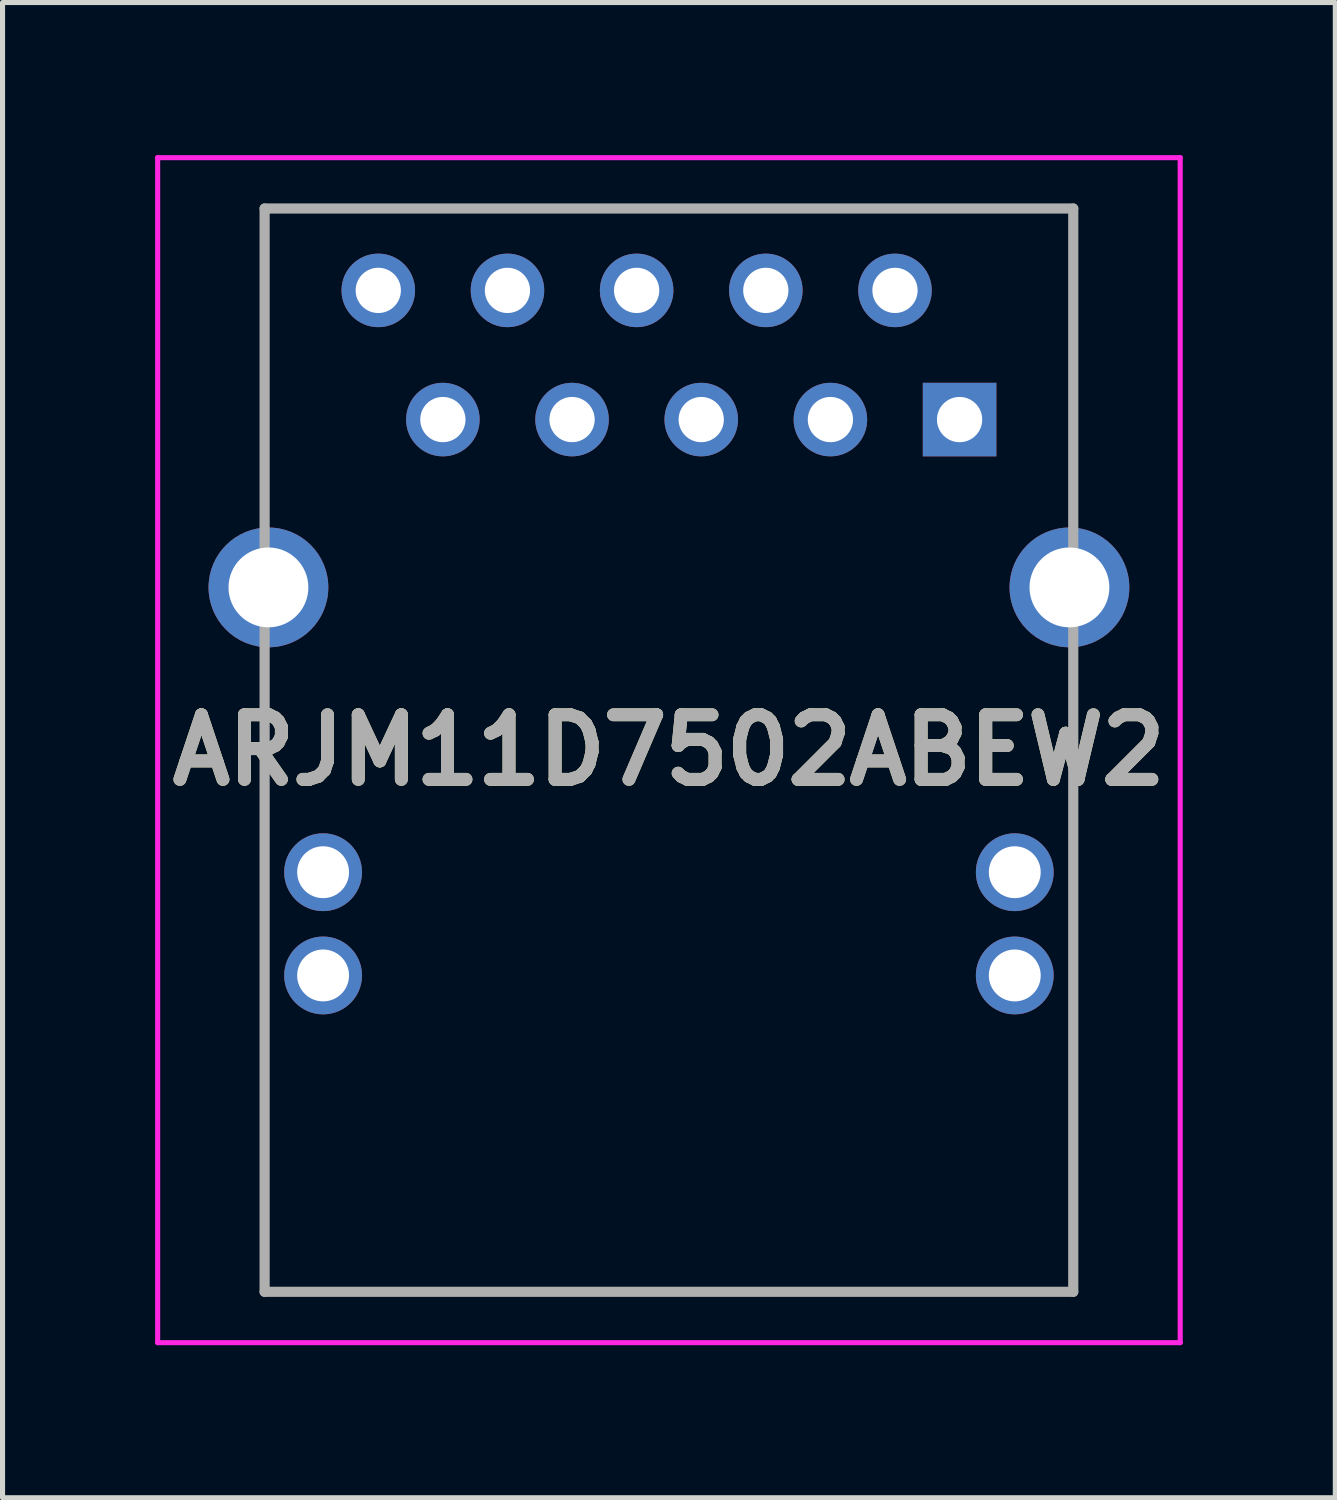
<source format=kicad_pcb>
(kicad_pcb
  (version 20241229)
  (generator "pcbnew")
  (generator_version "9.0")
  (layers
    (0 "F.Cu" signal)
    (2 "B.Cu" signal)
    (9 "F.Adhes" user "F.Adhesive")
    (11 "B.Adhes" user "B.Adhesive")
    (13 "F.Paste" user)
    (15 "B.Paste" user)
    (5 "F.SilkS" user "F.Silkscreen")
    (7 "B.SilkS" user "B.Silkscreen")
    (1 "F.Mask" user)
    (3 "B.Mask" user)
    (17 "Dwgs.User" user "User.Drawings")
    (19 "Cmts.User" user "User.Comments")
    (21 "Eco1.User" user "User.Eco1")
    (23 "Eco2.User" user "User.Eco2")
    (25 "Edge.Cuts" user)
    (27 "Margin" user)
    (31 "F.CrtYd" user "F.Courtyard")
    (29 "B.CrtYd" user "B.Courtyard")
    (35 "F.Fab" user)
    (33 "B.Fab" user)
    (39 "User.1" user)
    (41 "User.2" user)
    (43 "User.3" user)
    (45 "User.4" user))
  (footprint "ARJM11D7502ABEW2"
    (layer "F.Cu")
    (at 15.818 5.2)
    (property "Reference" "ARJM11D7502ABEW2" (at -5.715 6.5 0) (layer "F.SilkS") (effects (font (size 1.27 1.27) (thickness 0.254))))
    (attr through_hole)
    (fp_line (start -13.665 -4.15) (end -13.665 -4.15) (stroke (width 0.1) (type solid)) (layer "F.SilkS"))
    (fp_line (start -13.665 -4.15) (end -13.665 -4.15) (stroke (width 0.1) (type solid)) (layer "F.SilkS"))
    (fp_line (start -13.665 -4.15) (end -13.665 1.46) (stroke (width 0.1) (type solid)) (layer "F.SilkS"))
    (fp_line (start -13.665 -4.15) (end 2.235 -4.15) (stroke (width 0.1) (type solid)) (layer "F.SilkS"))
    (fp_line (start -13.665 1.46) (end -13.665 -4.15) (stroke (width 0.1) (type solid)) (layer "F.SilkS"))
    (fp_line (start -13.665 1.46) (end -13.665 1.46) (stroke (width 0.1) (type solid)) (layer "F.SilkS"))
    (fp_line (start -13.665 12.21) (end -13.665 12.21) (stroke (width 0.1) (type solid)) (layer "F.SilkS"))
    (fp_line (start -13.665 12.21) (end -13.665 17.15) (stroke (width 0.1) (type solid)) (layer "F.SilkS"))
    (fp_line (start -13.665 17.15) (end -13.665 12.21) (stroke (width 0.1) (type solid)) (layer "F.SilkS"))
    (fp_line (start -13.665 17.15) (end -13.665 17.15) (stroke (width 0.1) (type solid)) (layer "F.SilkS"))
    (fp_line (start -13.665 17.15) (end -13.665 17.15) (stroke (width 0.1) (type solid)) (layer "F.SilkS"))
    (fp_line (start -13.665 17.15) (end 2.16 17.15) (stroke (width 0.1) (type solid)) (layer "F.SilkS"))
    (fp_line (start 2.16 17.15) (end -13.665 17.15) (stroke (width 0.1) (type solid)) (layer "F.SilkS"))
    (fp_line (start 2.16 17.15) (end 2.16 17.15) (stroke (width 0.1) (type solid)) (layer "F.SilkS"))
    (fp_line (start 2.235 -4.15) (end -13.665 -4.15) (stroke (width 0.1) (type solid)) (layer "F.SilkS"))
    (fp_line (start 2.235 -4.15) (end 2.235 -4.15) (stroke (width 0.1) (type solid)) (layer "F.SilkS"))
    (fp_line (start 2.235 -4.15) (end 2.235 -4.15) (stroke (width 0.1) (type solid)) (layer "F.SilkS"))
    (fp_line (start 2.235 -4.15) (end 2.235 1.46) (stroke (width 0.1) (type solid)) (layer "F.SilkS"))
    (fp_line (start 2.235 1.46) (end 2.235 -4.15) (stroke (width 0.1) (type solid)) (layer "F.SilkS"))
    (fp_line (start 2.235 1.46) (end 2.235 1.46) (stroke (width 0.1) (type solid)) (layer "F.SilkS"))
    (fp_line (start 2.235 12.21) (end 2.235 12.21) (stroke (width 0.1) (type solid)) (layer "F.SilkS"))
    (fp_line (start 2.235 12.21) (end 2.235 17.15) (stroke (width 0.1) (type solid)) (layer "F.SilkS"))
    (fp_line (start 2.235 17.15) (end 2.235 12.21) (stroke (width 0.1) (type solid)) (layer "F.SilkS"))
    (fp_line (start 2.235 17.15) (end 2.235 17.15) (stroke (width 0.1) (type solid)) (layer "F.SilkS"))
    (fp_line (start -15.768 -5.15) (end 4.338 -5.15) (stroke (width 0.1) (type solid)) (layer "F.CrtYd"))
    (fp_line (start -15.768 18.15) (end -15.768 -5.15) (stroke (width 0.1) (type solid)) (layer "F.CrtYd"))
    (fp_line (start 4.338 -5.15) (end 4.338 18.15) (stroke (width 0.1) (type solid)) (layer "F.CrtYd"))
    (fp_line (start 4.338 18.15) (end -15.768 18.15) (stroke (width 0.1) (type solid)) (layer "F.CrtYd"))
    (fp_line (start -13.665 -4.15) (end -13.665 17.15) (stroke (width 0.2) (type solid)) (layer "F.Fab"))
    (fp_line (start -13.665 17.15) (end 2.235 17.15) (stroke (width 0.2) (type solid)) (layer "F.Fab"))
    (fp_line (start 2.235 -4.15) (end -13.665 -4.15) (stroke (width 0.2) (type solid)) (layer "F.Fab"))
    (fp_line (start 2.235 17.15) (end 2.235 -4.15) (stroke (width 0.2) (type solid)) (layer "F.Fab"))
    (fp_text user "${REFERENCE}" (at -5.715 6.5 0) (layer "F.Fab") (effects (font (size 1.27 1.27) (thickness 0.254))))
    (pad "" np_thru_hole circle (at -11.43 6.35) (size 0.001 0.001) (drill 3.25) (layers "*.Cu" "*.Mask"))
    (pad "" np_thru_hole circle (at 0 6.35) (size 0.001 0.001) (drill 3.25) (layers "*.Cu" "*.Mask"))
    (pad "1" thru_hole rect (at 0 0) (size 1.446 1.446) (drill 0.89) (layers "*.Cu" "*.Mask"))
    (pad "2" thru_hole circle (at -1.27 -2.54) (size 1.446 1.446) (drill 0.89) (layers "*.Cu" "*.Mask"))
    (pad "3" thru_hole circle (at -2.54 0) (size 1.446 1.446) (drill 0.89) (layers "*.Cu" "*.Mask"))
    (pad "4" thru_hole circle (at -3.81 -2.54) (size 1.446 1.446) (drill 0.89) (layers "*.Cu" "*.Mask"))
    (pad "5" thru_hole circle (at -5.08 0) (size 1.446 1.446) (drill 0.89) (layers "*.Cu" "*.Mask"))
    (pad "6" thru_hole circle (at -6.35 -2.54) (size 1.446 1.446) (drill 0.89) (layers "*.Cu" "*.Mask"))
    (pad "7" thru_hole circle (at -7.62 0) (size 1.446 1.446) (drill 0.89) (layers "*.Cu" "*.Mask"))
    (pad "8" thru_hole circle (at -8.89 -2.54) (size 1.446 1.446) (drill 0.89) (layers "*.Cu" "*.Mask"))
    (pad "9" thru_hole circle (at -10.16 0) (size 1.446 1.446) (drill 0.89) (layers "*.Cu" "*.Mask"))
    (pad "10" thru_hole circle (at -11.43 -2.54) (size 1.446 1.446) (drill 0.89) (layers "*.Cu" "*.Mask"))
    (pad "L1" thru_hole circle (at -12.515 8.9) (size 1.53 1.53) (drill 1.02) (layers "*.Cu" "*.Mask"))
    (pad "L2" thru_hole circle (at -12.515 10.93) (size 1.53 1.53) (drill 1.02) (layers "*.Cu" "*.Mask"))
    (pad "L3" thru_hole circle (at 1.085 8.9) (size 1.53 1.53) (drill 1.02) (layers "*.Cu" "*.Mask"))
    (pad "L4" thru_hole circle (at 1.085 10.93) (size 1.53 1.53) (drill 1.02) (layers "*.Cu" "*.Mask"))
    (pad "MH1" thru_hole circle (at -13.59 3.3) (size 2.355 2.355) (drill 1.57) (layers "*.Cu" "*.Mask"))
    (pad "MH2" thru_hole circle (at 2.16 3.3) (size 2.355 2.355) (drill 1.57) (layers "*.Cu" "*.Mask")))
  (gr_rect
    (start -3 -3)
    (end 23.206 26.4)
    (stroke (width 0.1) (type default))
    (fill no)
    (layer "Edge.Cuts")))
</source>
